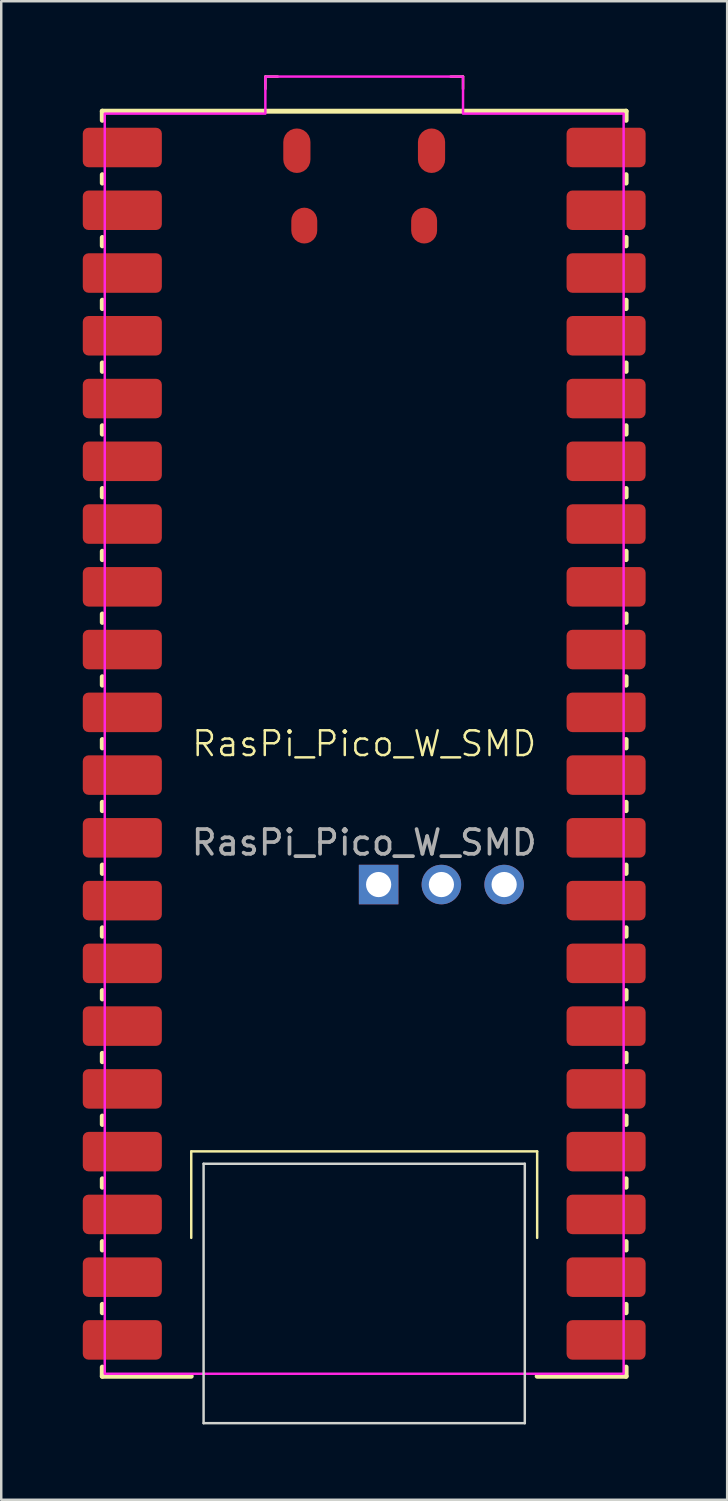
<source format=kicad_pcb>
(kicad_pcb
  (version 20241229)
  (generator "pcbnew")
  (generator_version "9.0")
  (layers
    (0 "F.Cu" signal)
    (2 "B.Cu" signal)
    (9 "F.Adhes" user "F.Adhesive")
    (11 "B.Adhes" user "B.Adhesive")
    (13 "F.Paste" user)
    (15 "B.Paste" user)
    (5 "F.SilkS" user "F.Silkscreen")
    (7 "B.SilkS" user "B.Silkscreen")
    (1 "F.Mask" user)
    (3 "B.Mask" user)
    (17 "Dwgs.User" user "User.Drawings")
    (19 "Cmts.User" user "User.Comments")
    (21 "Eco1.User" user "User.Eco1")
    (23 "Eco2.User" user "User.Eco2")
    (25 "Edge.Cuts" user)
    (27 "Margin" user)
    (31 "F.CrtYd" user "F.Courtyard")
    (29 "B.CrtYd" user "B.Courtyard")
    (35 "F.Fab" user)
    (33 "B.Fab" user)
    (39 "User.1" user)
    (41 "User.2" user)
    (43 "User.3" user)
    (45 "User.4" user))
  (footprint "RasPi_Pico_W_SMD"
    (layer "F.Cu")
    (at 11.69 27.05)
    (property "Reference" "RasPi_Pico_W_SMD" (at 0 0 0) (unlocked yes) (layer "F.SilkS") (effects (font (size 1 1) (thickness 0.1))))
    (attr through_hole)
    (fp_line (start -10.6 -25.6) (end 10.6 -25.6) (stroke (width 0.2) (type solid)) (layer "F.SilkS"))
    (fp_line (start -10.6 -25.23) (end -10.6 -25.6) (stroke (width 0.2) (type solid)) (layer "F.SilkS"))
    (fp_line (start -10.6 -22.69) (end -10.6 -23.03) (stroke (width 0.2) (type solid)) (layer "F.SilkS"))
    (fp_line (start -10.6 -20.15) (end -10.6 -20.49) (stroke (width 0.2) (type solid)) (layer "F.SilkS"))
    (fp_line (start -10.6 -17.61) (end -10.6 -17.95) (stroke (width 0.2) (type solid)) (layer "F.SilkS"))
    (fp_line (start -10.6 -15.07) (end -10.6 -15.41) (stroke (width 0.2) (type solid)) (layer "F.SilkS"))
    (fp_line (start -10.6 -12.53) (end -10.6 -12.87) (stroke (width 0.2) (type solid)) (layer "F.SilkS"))
    (fp_line (start -10.6 -9.99) (end -10.6 -10.33) (stroke (width 0.2) (type solid)) (layer "F.SilkS"))
    (fp_line (start -10.6 -7.45) (end -10.6 -7.79) (stroke (width 0.2) (type solid)) (layer "F.SilkS"))
    (fp_line (start -10.6 -4.91) (end -10.6 -5.25) (stroke (width 0.2) (type solid)) (layer "F.SilkS"))
    (fp_line (start -10.6 -2.37) (end -10.6 -2.71) (stroke (width 0.2) (type solid)) (layer "F.SilkS"))
    (fp_line (start -10.6 0.17) (end -10.6 -0.17) (stroke (width 0.2) (type solid)) (layer "F.SilkS"))
    (fp_line (start -10.6 2.71) (end -10.6 2.37) (stroke (width 0.2) (type solid)) (layer "F.SilkS"))
    (fp_line (start -10.6 5.25) (end -10.6 4.91) (stroke (width 0.2) (type solid)) (layer "F.SilkS"))
    (fp_line (start -10.6 7.79) (end -10.6 7.45) (stroke (width 0.2) (type solid)) (layer "F.SilkS"))
    (fp_line (start -10.6 10.33) (end -10.6 9.99) (stroke (width 0.2) (type solid)) (layer "F.SilkS"))
    (fp_line (start -10.6 12.87) (end -10.6 12.53) (stroke (width 0.2) (type solid)) (layer "F.SilkS"))
    (fp_line (start -10.6 15.41) (end -10.6 15.07) (stroke (width 0.2) (type solid)) (layer "F.SilkS"))
    (fp_line (start -10.6 17.95) (end -10.6 17.61) (stroke (width 0.2) (type solid)) (layer "F.SilkS"))
    (fp_line (start -10.6 20.49) (end -10.6 20.15) (stroke (width 0.2) (type solid)) (layer "F.SilkS"))
    (fp_line (start -10.6 23.03) (end -10.6 22.69) (stroke (width 0.2) (type solid)) (layer "F.SilkS"))
    (fp_line (start -10.6 25.23) (end -10.6 25.6) (stroke (width 0.2) (type solid)) (layer "F.SilkS"))
    (fp_line (start -7 20) (end -7 16.5) (stroke (width 0.1) (type default)) (layer "F.SilkS"))
    (fp_line (start -7 25.6) (end -10.6 25.6) (stroke (width 0.2) (type solid)) (layer "F.SilkS"))
    (fp_line (start -4 -26.5) (end -4 -27) (stroke (width 0.1) (type default)) (layer "F.SilkS"))
    (fp_line (start -3.5 -27) (end -4 -27) (stroke (width 0.1) (type default)) (layer "F.SilkS"))
    (fp_line (start 4 -27) (end 3.5 -27) (stroke (width 0.1) (type default)) (layer "F.SilkS"))
    (fp_line (start 4 -26.5) (end 4 -27) (stroke (width 0.1) (type default)) (layer "F.SilkS"))
    (fp_line (start 7 16.5) (end -7 16.5) (stroke (width 0.1) (type default)) (layer "F.SilkS"))
    (fp_line (start 7 20) (end 7 16.5) (stroke (width 0.1) (type default)) (layer "F.SilkS"))
    (fp_line (start 10.6 -25.23) (end 10.6 -25.6) (stroke (width 0.2) (type solid)) (layer "F.SilkS"))
    (fp_line (start 10.6 -23.03) (end 10.6 -22.69) (stroke (width 0.2) (type solid)) (layer "F.SilkS"))
    (fp_line (start 10.6 -20.49) (end 10.6 -20.15) (stroke (width 0.2) (type solid)) (layer "F.SilkS"))
    (fp_line (start 10.6 -17.95) (end 10.6 -17.61) (stroke (width 0.2) (type solid)) (layer "F.SilkS"))
    (fp_line (start 10.6 -15.41) (end 10.6 -15.07) (stroke (width 0.2) (type solid)) (layer "F.SilkS"))
    (fp_line (start 10.6 -12.87) (end 10.6 -12.53) (stroke (width 0.2) (type solid)) (layer "F.SilkS"))
    (fp_line (start 10.6 -10.33) (end 10.6 -9.99) (stroke (width 0.2) (type solid)) (layer "F.SilkS"))
    (fp_line (start 10.6 -7.79) (end 10.6 -7.45) (stroke (width 0.2) (type solid)) (layer "F.SilkS"))
    (fp_line (start 10.6 -5.25) (end 10.6 -4.91) (stroke (width 0.2) (type solid)) (layer "F.SilkS"))
    (fp_line (start 10.6 -2.71) (end 10.6 -2.37) (stroke (width 0.2) (type solid)) (layer "F.SilkS"))
    (fp_line (start 10.6 -0.17) (end 10.6 0.17) (stroke (width 0.2) (type solid)) (layer "F.SilkS"))
    (fp_line (start 10.6 2.37) (end 10.6 2.71) (stroke (width 0.2) (type solid)) (layer "F.SilkS"))
    (fp_line (start 10.6 4.91) (end 10.6 5.25) (stroke (width 0.2) (type solid)) (layer "F.SilkS"))
    (fp_line (start 10.6 7.45) (end 10.6 7.79) (stroke (width 0.2) (type solid)) (layer "F.SilkS"))
    (fp_line (start 10.6 9.99) (end 10.6 10.33) (stroke (width 0.2) (type solid)) (layer "F.SilkS"))
    (fp_line (start 10.6 12.53) (end 10.6 12.87) (stroke (width 0.2) (type solid)) (layer "F.SilkS"))
    (fp_line (start 10.6 15.07) (end 10.6 15.41) (stroke (width 0.2) (type solid)) (layer "F.SilkS"))
    (fp_line (start 10.6 17.61) (end 10.6 17.95) (stroke (width 0.2) (type solid)) (layer "F.SilkS"))
    (fp_line (start 10.6 20.15) (end 10.6 20.49) (stroke (width 0.2) (type solid)) (layer "F.SilkS"))
    (fp_line (start 10.6 22.69) (end 10.6 23.03) (stroke (width 0.2) (type solid)) (layer "F.SilkS"))
    (fp_line (start 10.6 25.23) (end 10.6 25.6) (stroke (width 0.2) (type solid)) (layer "F.SilkS"))
    (fp_line (start 10.6 25.6) (end 7 25.6) (stroke (width 0.2) (type solid)) (layer "F.SilkS"))
    (fp_rect (start -11.69 -25.23) (end -7.89 -23.03) (stroke (width 0) (type solid)) (fill yes) (layer "F.Paste"))
    (fp_rect (start -11.69 -22.69) (end -7.89 -20.49) (stroke (width 0) (type solid)) (fill yes) (layer "F.Paste"))
    (fp_rect (start -11.69 -20.15) (end -7.89 -17.95) (stroke (width 0) (type solid)) (fill yes) (layer "F.Paste"))
    (fp_rect (start -11.69 -17.61) (end -7.89 -15.41) (stroke (width 0) (type solid)) (fill yes) (layer "F.Paste"))
    (fp_rect (start -11.69 -15.07) (end -7.89 -12.87) (stroke (width 0) (type solid)) (fill yes) (layer "F.Paste"))
    (fp_rect (start -11.69 -12.53) (end -7.89 -10.33) (stroke (width 0) (type solid)) (fill yes) (layer "F.Paste"))
    (fp_rect (start -11.69 -9.99) (end -7.89 -7.79) (stroke (width 0) (type solid)) (fill yes) (layer "F.Paste"))
    (fp_rect (start -11.69 -7.45) (end -7.89 -5.25) (stroke (width 0) (type solid)) (fill yes) (layer "F.Paste"))
    (fp_rect (start -11.69 -4.91) (end -7.89 -2.71) (stroke (width 0) (type solid)) (fill yes) (layer "F.Paste"))
    (fp_rect (start -11.69 -2.37) (end -7.89 -0.17) (stroke (width 0) (type solid)) (fill yes) (layer "F.Paste"))
    (fp_rect (start -11.69 0.17) (end -7.89 2.37) (stroke (width 0) (type solid)) (fill yes) (layer "F.Paste"))
    (fp_rect (start -11.69 2.71) (end -7.89 4.91) (stroke (width 0) (type solid)) (fill yes) (layer "F.Paste"))
    (fp_rect (start -11.69 5.25) (end -7.89 7.45) (stroke (width 0) (type solid)) (fill yes) (layer "F.Paste"))
    (fp_rect (start -11.69 7.79) (end -7.89 9.99) (stroke (width 0) (type solid)) (fill yes) (layer "F.Paste"))
    (fp_rect (start -11.69 10.33) (end -7.89 12.53) (stroke (width 0) (type solid)) (fill yes) (layer "F.Paste"))
    (fp_rect (start -11.69 12.87) (end -7.89 15.07) (stroke (width 0) (type solid)) (fill yes) (layer "F.Paste"))
    (fp_rect (start -11.69 15.41) (end -7.89 17.61) (stroke (width 0) (type solid)) (fill yes) (layer "F.Paste"))
    (fp_rect (start -11.69 17.95) (end -7.89 20.15) (stroke (width 0) (type solid)) (fill yes) (layer "F.Paste"))
    (fp_rect (start -11.69 20.49) (end -7.89 22.69) (stroke (width 0) (type solid)) (fill yes) (layer "F.Paste"))
    (fp_rect (start -11.69 23.03) (end -7.89 25.23) (stroke (width 0) (type solid)) (fill yes) (layer "F.Paste"))
    (fp_rect (start 7.89 -25.23) (end 11.69 -23.03) (stroke (width 0) (type solid)) (fill yes) (layer "F.Paste"))
    (fp_rect (start 7.89 -22.69) (end 11.69 -20.49) (stroke (width 0) (type solid)) (fill yes) (layer "F.Paste"))
    (fp_rect (start 7.89 -20.15) (end 11.69 -17.95) (stroke (width 0) (type solid)) (fill yes) (layer "F.Paste"))
    (fp_rect (start 7.89 -17.61) (end 11.69 -15.41) (stroke (width 0) (type solid)) (fill yes) (layer "F.Paste"))
    (fp_rect (start 7.89 -15.07) (end 11.69 -12.87) (stroke (width 0) (type solid)) (fill yes) (layer "F.Paste"))
    (fp_rect (start 7.89 -12.53) (end 11.69 -10.33) (stroke (width 0) (type solid)) (fill yes) (layer "F.Paste"))
    (fp_rect (start 7.89 -9.99) (end 11.69 -7.79) (stroke (width 0) (type solid)) (fill yes) (layer "F.Paste"))
    (fp_rect (start 7.89 -7.45) (end 11.69 -5.25) (stroke (width 0) (type solid)) (fill yes) (layer "F.Paste"))
    (fp_rect (start 7.89 -4.91) (end 11.69 -2.71) (stroke (width 0) (type solid)) (fill yes) (layer "F.Paste"))
    (fp_rect (start 7.89 -2.37) (end 11.69 -0.17) (stroke (width 0) (type solid)) (fill yes) (layer "F.Paste"))
    (fp_rect (start 7.89 0.17) (end 11.69 2.37) (stroke (width 0) (type solid)) (fill yes) (layer "F.Paste"))
    (fp_rect (start 7.89 2.71) (end 11.69 4.91) (stroke (width 0) (type solid)) (fill yes) (layer "F.Paste"))
    (fp_rect (start 7.89 5.25) (end 11.69 7.45) (stroke (width 0) (type solid)) (fill yes) (layer "F.Paste"))
    (fp_rect (start 7.89 7.79) (end 11.69 9.99) (stroke (width 0) (type solid)) (fill yes) (layer "F.Paste"))
    (fp_rect (start 7.89 10.33) (end 11.69 12.53) (stroke (width 0) (type solid)) (fill yes) (layer "F.Paste"))
    (fp_rect (start 7.89 12.87) (end 11.69 15.07) (stroke (width 0) (type solid)) (fill yes) (layer "F.Paste"))
    (fp_rect (start 7.89 15.41) (end 11.69 17.61) (stroke (width 0) (type solid)) (fill yes) (layer "F.Paste"))
    (fp_rect (start 7.89 17.95) (end 11.69 20.15) (stroke (width 0) (type solid)) (fill yes) (layer "F.Paste"))
    (fp_rect (start 7.89 20.49) (end 11.69 22.69) (stroke (width 0) (type solid)) (fill yes) (layer "F.Paste"))
    (fp_rect (start 7.89 23.03) (end 11.69 25.23) (stroke (width 0) (type solid)) (fill yes) (layer "F.Paste"))
    (fp_line (start -6.5 17) (end -6.5 27.5) (stroke (width 0.1) (type solid)) (layer "Edge.Cuts"))
    (fp_line (start 6.5 17) (end -6.5 17) (stroke (width 0.1) (type solid)) (layer "Edge.Cuts"))
    (fp_line (start 6.5 17) (end 6.5 27.5) (stroke (width 0.1) (type solid)) (layer "Edge.Cuts"))
    (fp_line (start 6.5 27.5) (end -6.5 27.5) (stroke (width 0.1) (type solid)) (layer "Edge.Cuts"))
    (fp_poly (pts (xy 10.5 25.5) (xy -10.5 25.5) (xy -10.5 -25.5) (xy -4 -25.5) (xy -4 -27) (xy 4 -27) (xy 4 -25.5) (xy 10.5 -25.5)) (stroke (width 0.1) (type default)) (fill no) (layer "Margin"))
    (fp_poly (pts (xy 10.5 25.5) (xy -10.5 25.5) (xy -10.5 -25.5) (xy -4 -25.5) (xy -4 -27) (xy 4 -27) (xy 4 -25.5) (xy 10.5 -25.5)) (stroke (width 0.1) (type solid)) (fill no) (layer "F.CrtYd"))
    (fp_text user "${REFERENCE}" (at 0 4 0) (unlocked yes) (layer "F.Fab") (effects (font (size 1 1) (thickness 0.15))))
    (pad "" smd roundrect (at -2.725 -24) (size 1.1 1.8) (layers "F.Cu" "F.Mask") (roundrect_rratio 0.5))
    (pad "" smd roundrect (at -2.425 -20.97) (size 1.05 1.45) (layers "F.Cu" "F.Mask") (roundrect_rratio 0.5))
    (pad "" smd roundrect (at 2.425 -20.97) (size 1.05 1.45) (layers "F.Cu" "F.Mask") (roundrect_rratio 0.5))
    (pad "" smd roundrect (at 2.725 -24) (size 1.1 1.8) (layers "F.Cu" "F.Mask") (roundrect_rratio 0.5))
    (pad "1" smd roundrect (at -9.79 -24.13) (size 3.2 1.6) (layers "F.Cu" "F.Mask" "F.Paste") (roundrect_rratio 0.147))
    (pad "2" smd roundrect (at -9.79 -21.59) (size 3.2 1.6) (layers "F.Cu" "F.Mask" "F.Paste") (roundrect_rratio 0.147))
    (pad "3" smd roundrect (at -9.79 -19.05) (size 3.2 1.6) (layers "F.Cu" "F.Mask" "F.Paste") (roundrect_rratio 0.147))
    (pad "4" smd roundrect (at -9.79 -16.51) (size 3.2 1.6) (layers "F.Cu" "F.Mask" "F.Paste") (roundrect_rratio 0.147))
    (pad "5" smd roundrect (at -9.79 -13.97) (size 3.2 1.6) (layers "F.Cu" "F.Mask" "F.Paste") (roundrect_rratio 0.147))
    (pad "6" smd roundrect (at -9.79 -11.43) (size 3.2 1.6) (layers "F.Cu" "F.Mask" "F.Paste") (roundrect_rratio 0.147))
    (pad "7" smd roundrect (at -9.79 -8.89) (size 3.2 1.6) (layers "F.Cu" "F.Mask" "F.Paste") (roundrect_rratio 0.147))
    (pad "8" smd roundrect (at -9.79 -6.35) (size 3.2 1.6) (layers "F.Cu" "F.Mask" "F.Paste") (roundrect_rratio 0.147))
    (pad "9" smd roundrect (at -9.79 -3.81) (size 3.2 1.6) (layers "F.Cu" "F.Mask" "F.Paste") (roundrect_rratio 0.147))
    (pad "10" smd roundrect (at -9.79 -1.27) (size 3.2 1.6) (layers "F.Cu" "F.Mask" "F.Paste") (roundrect_rratio 0.147))
    (pad "11" smd roundrect (at -9.79 1.27) (size 3.2 1.6) (layers "F.Cu" "F.Mask" "F.Paste") (roundrect_rratio 0.147))
    (pad "12" smd roundrect (at -9.79 3.81) (size 3.2 1.6) (layers "F.Cu" "F.Mask" "F.Paste") (roundrect_rratio 0.147))
    (pad "13" smd roundrect (at -9.79 6.35) (size 3.2 1.6) (layers "F.Cu" "F.Mask" "F.Paste") (roundrect_rratio 0.147))
    (pad "14" smd roundrect (at -9.79 8.89) (size 3.2 1.6) (layers "F.Cu" "F.Mask" "F.Paste") (roundrect_rratio 0.147))
    (pad "15" smd roundrect (at -9.79 11.43) (size 3.2 1.6) (layers "F.Cu" "F.Mask" "F.Paste") (roundrect_rratio 0.147))
    (pad "16" smd roundrect (at -9.79 13.97) (size 3.2 1.6) (layers "F.Cu" "F.Mask" "F.Paste") (roundrect_rratio 0.147))
    (pad "17" smd roundrect (at -9.79 16.51) (size 3.2 1.6) (layers "F.Cu" "F.Mask" "F.Paste") (roundrect_rratio 0.147))
    (pad "18" smd roundrect (at -9.79 19.05) (size 3.2 1.6) (layers "F.Cu" "F.Mask" "F.Paste") (roundrect_rratio 0.147))
    (pad "19" smd roundrect (at -9.79 21.59) (size 3.2 1.6) (layers "F.Cu" "F.Mask" "F.Paste") (roundrect_rratio 0.147))
    (pad "20" smd roundrect (at -9.79 24.13) (size 3.2 1.6) (layers "F.Cu" "F.Mask" "F.Paste") (roundrect_rratio 0.147))
    (pad "21" smd roundrect (at 9.79 -24.13) (size 3.2 1.6) (layers "F.Cu" "F.Mask" "F.Paste") (roundrect_rratio 0.147))
    (pad "22" smd roundrect (at 9.79 -21.59) (size 3.2 1.6) (layers "F.Cu" "F.Mask" "F.Paste") (roundrect_rratio 0.147))
    (pad "23" smd roundrect (at 9.79 -19.05) (size 3.2 1.6) (layers "F.Cu" "F.Mask" "F.Paste") (roundrect_rratio 0.147))
    (pad "24" smd roundrect (at 9.79 -16.51) (size 3.2 1.6) (layers "F.Cu" "F.Mask" "F.Paste") (roundrect_rratio 0.147))
    (pad "25" smd roundrect (at 9.79 -13.97) (size 3.2 1.6) (layers "F.Cu" "F.Mask" "F.Paste") (roundrect_rratio 0.147))
    (pad "26" smd roundrect (at 9.79 -11.43) (size 3.2 1.6) (layers "F.Cu" "F.Mask" "F.Paste") (roundrect_rratio 0.147))
    (pad "27" smd roundrect (at 9.79 -8.89) (size 3.2 1.6) (layers "F.Cu" "F.Mask" "F.Paste") (roundrect_rratio 0.147))
    (pad "28" smd roundrect (at 9.79 -6.35) (size 3.2 1.6) (layers "F.Cu" "F.Mask" "F.Paste") (roundrect_rratio 0.147))
    (pad "29" smd roundrect (at 9.79 -3.81) (size 3.2 1.6) (layers "F.Cu" "F.Mask" "F.Paste") (roundrect_rratio 0.147))
    (pad "30" smd roundrect (at 9.79 -1.27) (size 3.2 1.6) (layers "F.Cu" "F.Mask" "F.Paste") (roundrect_rratio 0.147))
    (pad "31" smd roundrect (at 9.79 1.27) (size 3.2 1.6) (layers "F.Cu" "F.Mask" "F.Paste") (roundrect_rratio 0.147))
    (pad "32" smd roundrect (at 9.79 3.81) (size 3.2 1.6) (layers "F.Cu" "F.Mask" "F.Paste") (roundrect_rratio 0.147))
    (pad "33" smd roundrect (at 9.79 6.35) (size 3.2 1.6) (layers "F.Cu" "F.Mask" "F.Paste") (roundrect_rratio 0.147))
    (pad "34" smd roundrect (at 9.79 8.89) (size 3.2 1.6) (layers "F.Cu" "F.Mask" "F.Paste") (roundrect_rratio 0.147))
    (pad "35" smd roundrect (at 9.79 11.43) (size 3.2 1.6) (layers "F.Cu" "F.Mask" "F.Paste") (roundrect_rratio 0.147))
    (pad "36" smd roundrect (at 9.79 13.97) (size 3.2 1.6) (layers "F.Cu" "F.Mask" "F.Paste") (roundrect_rratio 0.147))
    (pad "37" smd roundrect (at 9.79 16.51) (size 3.2 1.6) (layers "F.Cu" "F.Mask" "F.Paste") (roundrect_rratio 0.147))
    (pad "38" smd roundrect (at 9.79 19.05) (size 3.2 1.6) (layers "F.Cu" "F.Mask" "F.Paste") (roundrect_rratio 0.147))
    (pad "39" smd roundrect (at 9.79 21.59) (size 3.2 1.6) (layers "F.Cu" "F.Mask" "F.Paste") (roundrect_rratio 0.147))
    (pad "40" smd roundrect (at 9.79 24.13) (size 3.2 1.6) (layers "F.Cu" "F.Mask" "F.Paste") (roundrect_rratio 0.147))
    (pad "41" thru_hole rect (at 0.584 5.7 90) (size 1.6 1.6) (drill 1.02) (layers "*.Cu" "*.Mask"))
    (pad "42" thru_hole circle (at 3.124 5.7 90) (size 1.6 1.6) (drill 1.02) (layers "*.Cu" "*.Mask"))
    (pad "43" thru_hole circle (at 5.664 5.7 90) (size 1.6 1.6) (drill 1.02) (layers "*.Cu" "*.Mask"))
    (zone (net_name "") (layer "F.Cu") (name "TP Keepout") (hatch full 0.5) (connect_pads) (min_thickness 0.25) (filled_areas_thickness no) (keepout (tracks not_allowed) (vias not_allowed) (pads not_allowed) (copperpour not_allowed) (footprints not_allowed)) (placement (enabled no)) (fill) (polygon (pts (xy 8.19 10.05) (xy 8.19 12.05) (xy 10.19 12.05) (xy 10.19 10.05))))
    (zone (net_name "") (layer "F.Cu") (name "TP Keepout") (hatch full 0.5) (connect_pads) (min_thickness 0.25) (filled_areas_thickness no) (keepout (tracks not_allowed) (vias not_allowed) (pads not_allowed) (copperpour not_allowed) (footprints not_allowed)) (placement (enabled no)) (fill) (polygon (pts (xy 8.19 12.55) (xy 8.19 14.55) (xy 10.19 14.55) (xy 10.19 12.55))))
    (zone (net_name "") (layer "F.Cu") (name "TP Keepout") (hatch full 0.5) (connect_pads) (min_thickness 0.25) (filled_areas_thickness no) (keepout (tracks not_allowed) (vias not_allowed) (pads not_allowed) (copperpour not_allowed) (footprints not_allowed)) (placement (enabled no)) (fill) (polygon (pts (xy 8.19 15.05) (xy 8.19 17.05) (xy 10.19 17.05) (xy 10.19 15.05))))
    (zone (net_name "") (layer "F.Cu") (name "USB Keepout") (hatch full 0.5) (connect_pads) (min_thickness 0.25) (filled_areas_thickness no) (keepout (tracks not_allowed) (vias not_allowed) (pads not_allowed) (copperpour not_allowed) (footprints not_allowed)) (placement (enabled no)) (fill) (polygon (pts (xy 8.19 1.55) (xy 8.19 6.55) (xy 8.69 7.05) (xy 14.69 7.05) (xy 15.19 6.55) (xy 15.19 1.55))))
    (zone (net_name "") (layers "F.Cu" "B.Cu") (name "Antenna") (hatch full 0.5) (connect_pads) (min_thickness 0.25) (filled_areas_thickness no) (keepout (tracks not_allowed) (vias not_allowed) (pads not_allowed) (copperpour not_allowed) (footprints not_allowed)) (placement (enabled no)) (fill) (polygon (pts (xy 5.19 54.65) (xy 5.19 44.05) (xy 18.19 44.05) (xy 18.19 54.65)))))
  (gr_rect
    (start -3 -3)
    (end 26.38 57.65)
    (stroke (width 0.1) (type default))
    (fill no)
    (layer "Edge.Cuts")))
</source>
